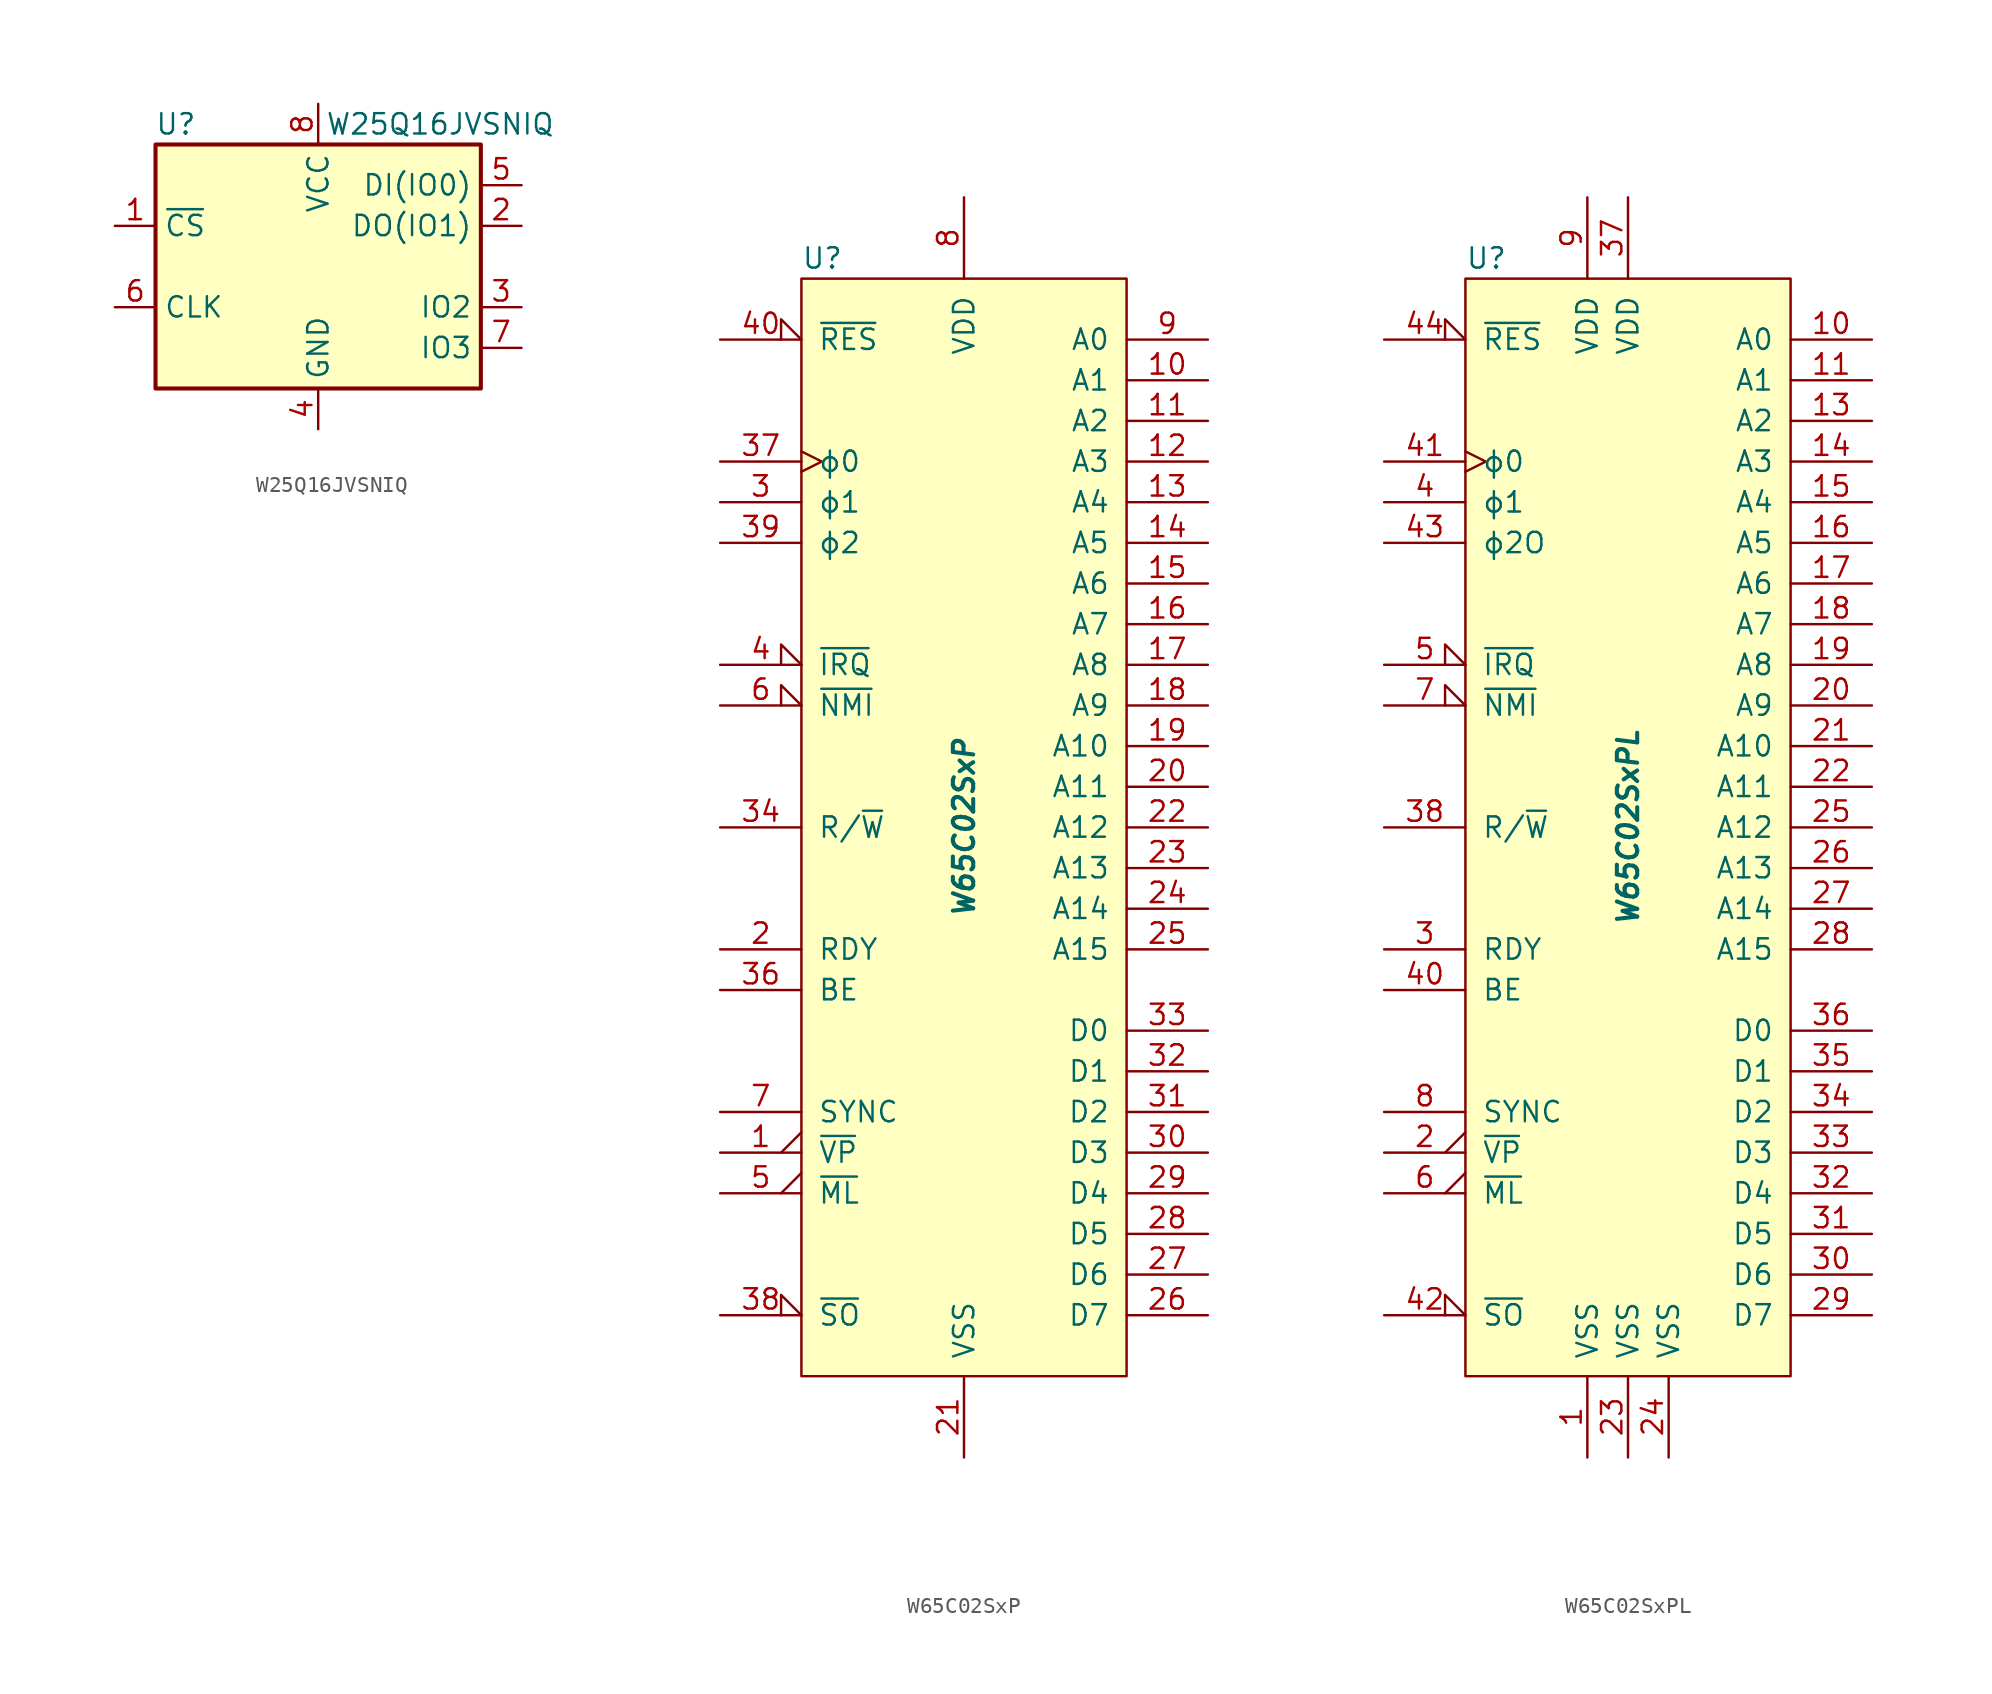
<source format=kicad_sym>
(kicad_symbol_lib
  (version 20241209)
  (generator "kicad_symbol_editor")
  (generator_version "9.0")
  (symbol "W25Q16JVSNIQ"
    (property "Reference" "U"
      (at -8.89 8.89 0)
      (effects (font (size 1.27 1.27))))
    (property "Value" "W25Q16JVSNIQ"
      (at 7.62 8.89 0)
      (effects (font (size 1.27 1.27))))
    (symbol "W25Q16JVSNIQ_0_1"
      (rectangle (start -10.16 7.62) (end 10.16 -7.62) (stroke (width 0.254) (type solid)) (fill (type background))))
    (symbol "W25Q16JVSNIQ_1_1"
      (pin input line (at -12.7 2.54 0) (length 2.54) (name "~{CS}" (effects (font (size 1.27 1.27)))) (number "1" (effects (font (size 1.27 1.27)))))
      (pin input line (at -12.7 -2.54 0) (length 2.54) (name "CLK" (effects (font (size 1.27 1.27)))) (number "6" (effects (font (size 1.27 1.27)))))
      (pin power_in line (at 0 10.16 270) (length 2.54) (name "VCC" (effects (font (size 1.27 1.27)))) (number "8" (effects (font (size 1.27 1.27)))))
      (pin power_in line (at 0 -10.16 90) (length 2.54) (name "GND" (effects (font (size 1.27 1.27)))) (number "4" (effects (font (size 1.27 1.27)))))
      (pin bidirectional line (at 12.7 5.08 180) (length 2.54) (name "DI(IO0)" (effects (font (size 1.27 1.27)))) (number "5" (effects (font (size 1.27 1.27)))))
      (pin bidirectional line (at 12.7 2.54 180) (length 2.54) (name "DO(IO1)" (effects (font (size 1.27 1.27)))) (number "2" (effects (font (size 1.27 1.27)))))
      (pin bidirectional line (at 12.7 -2.54 180) (length 2.54) (name "IO2" (effects (font (size 1.27 1.27)))) (number "3" (effects (font (size 1.27 1.27)))))
      (pin bidirectional line (at 12.7 -5.08 180) (length 2.54) (name "IO3" (effects (font (size 1.27 1.27)))) (number "7" (effects (font (size 1.27 1.27)))))))
  (symbol "W65C02SxP"
    (pin_names
      (offset 1.016))
    (property "Reference" "U"
      (at -10.16 35.56 0)
      (effects (font (size 1.27 1.27)) (justify left)))
    (property "Value" "W65C02SxP"
      (at 0 0 90)
      (effects (font (size 1.27 1.27) (bold yes) (italic yes))))
    (symbol "W65C02SxP_0_1"
      (rectangle (start -10.16 34.29) (end 10.16 -34.29) (stroke (width 0) (type solid)) (fill (type background))))
    (symbol "W65C02SxP_1_1"
      (pin input input_low (at -15.24 30.48 0) (length 5.08) (name "~{RES}" (effects (font (size 1.27 1.27)))) (number "40" (effects (font (size 1.27 1.27)))))
      (pin input clock (at -15.24 22.86 0) (length 5.08) (name "ϕ0" (effects (font (size 1.27 1.27)))) (number "37" (effects (font (size 1.27 1.27)))))
      (pin output line (at -15.24 20.32 0) (length 5.08) (name "ϕ1" (effects (font (size 1.27 1.27)))) (number "3" (effects (font (size 1.27 1.27)))))
      (pin output line (at -15.24 17.78 0) (length 5.08) (name "ϕ2" (effects (font (size 1.27 1.27)))) (number "39" (effects (font (size 1.27 1.27)))))
      (pin input input_low (at -15.24 10.16 0) (length 5.08) (name "~{IRQ}" (effects (font (size 1.27 1.27)))) (number "4" (effects (font (size 1.27 1.27)))))
      (pin input input_low (at -15.24 7.62 0) (length 5.08) (name "~{NMI}" (effects (font (size 1.27 1.27)))) (number "6" (effects (font (size 1.27 1.27)))))
      (pin tri_state line (at -15.24 0 0) (length 5.08) (name "R/~{W}" (effects (font (size 1.27 1.27)))) (number "34" (effects (font (size 1.27 1.27)))))
      (pin open_collector line (at -15.24 -7.62 0) (length 5.08) (name "RDY" (effects (font (size 1.27 1.27)))) (number "2" (effects (font (size 1.27 1.27)))))
      (pin input line (at -15.24 -10.16 0) (length 5.08) (name "BE" (effects (font (size 1.27 1.27)))) (number "36" (effects (font (size 1.27 1.27)))))
      (pin output line (at -15.24 -17.78 0) (length 5.08) (name "SYNC" (effects (font (size 1.27 1.27)))) (number "7" (effects (font (size 1.27 1.27)))))
      (pin output output_low (at -15.24 -20.32 0) (length 5.08) (name "~{VP}" (effects (font (size 1.27 1.27)))) (number "1" (effects (font (size 1.27 1.27)))))
      (pin output output_low (at -15.24 -22.86 0) (length 5.08) (name "~{ML}" (effects (font (size 1.27 1.27)))) (number "5" (effects (font (size 1.27 1.27)))))
      (pin input input_low (at -15.24 -30.48 0) (length 5.08) (name "~{SO}" (effects (font (size 1.27 1.27)))) (number "38" (effects (font (size 1.27 1.27)))))
      (pin no_connect non_logic (at -10.16 -27.94 0) (length 2.54) (hide yes) (name "nc" (effects (font (size 1.27 1.27)))) (number "35" (effects (font (size 1.27 1.27)))))
      (pin power_in line (at 0 39.37 270) (length 5.08) (name "VDD" (effects (font (size 1.27 1.27)))) (number "8" (effects (font (size 1.27 1.27)))))
      (pin power_in line (at 0 -39.37 90) (length 5.08) (name "VSS" (effects (font (size 1.27 1.27)))) (number "21" (effects (font (size 1.27 1.27)))))
      (pin tri_state line (at 15.24 30.48 180) (length 5.08) (name "A0" (effects (font (size 1.27 1.27)))) (number "9" (effects (font (size 1.27 1.27)))))
      (pin tri_state line (at 15.24 27.94 180) (length 5.08) (name "A1" (effects (font (size 1.27 1.27)))) (number "10" (effects (font (size 1.27 1.27)))))
      (pin tri_state line (at 15.24 25.4 180) (length 5.08) (name "A2" (effects (font (size 1.27 1.27)))) (number "11" (effects (font (size 1.27 1.27)))))
      (pin tri_state line (at 15.24 22.86 180) (length 5.08) (name "A3" (effects (font (size 1.27 1.27)))) (number "12" (effects (font (size 1.27 1.27)))))
      (pin tri_state line (at 15.24 20.32 180) (length 5.08) (name "A4" (effects (font (size 1.27 1.27)))) (number "13" (effects (font (size 1.27 1.27)))))
      (pin tri_state line (at 15.24 17.78 180) (length 5.08) (name "A5" (effects (font (size 1.27 1.27)))) (number "14" (effects (font (size 1.27 1.27)))))
      (pin tri_state line (at 15.24 15.24 180) (length 5.08) (name "A6" (effects (font (size 1.27 1.27)))) (number "15" (effects (font (size 1.27 1.27)))))
      (pin tri_state line (at 15.24 12.7 180) (length 5.08) (name "A7" (effects (font (size 1.27 1.27)))) (number "16" (effects (font (size 1.27 1.27)))))
      (pin tri_state line (at 15.24 10.16 180) (length 5.08) (name "A8" (effects (font (size 1.27 1.27)))) (number "17" (effects (font (size 1.27 1.27)))))
      (pin tri_state line (at 15.24 7.62 180) (length 5.08) (name "A9" (effects (font (size 1.27 1.27)))) (number "18" (effects (font (size 1.27 1.27)))))
      (pin tri_state line (at 15.24 5.08 180) (length 5.08) (name "A10" (effects (font (size 1.27 1.27)))) (number "19" (effects (font (size 1.27 1.27)))))
      (pin tri_state line (at 15.24 2.54 180) (length 5.08) (name "A11" (effects (font (size 1.27 1.27)))) (number "20" (effects (font (size 1.27 1.27)))))
      (pin tri_state line (at 15.24 0 180) (length 5.08) (name "A12" (effects (font (size 1.27 1.27)))) (number "22" (effects (font (size 1.27 1.27)))))
      (pin tri_state line (at 15.24 -2.54 180) (length 5.08) (name "A13" (effects (font (size 1.27 1.27)))) (number "23" (effects (font (size 1.27 1.27)))))
      (pin tri_state line (at 15.24 -5.08 180) (length 5.08) (name "A14" (effects (font (size 1.27 1.27)))) (number "24" (effects (font (size 1.27 1.27)))))
      (pin tri_state line (at 15.24 -7.62 180) (length 5.08) (name "A15" (effects (font (size 1.27 1.27)))) (number "25" (effects (font (size 1.27 1.27)))))
      (pin bidirectional line (at 15.24 -12.7 180) (length 5.08) (name "D0" (effects (font (size 1.27 1.27)))) (number "33" (effects (font (size 1.27 1.27)))))
      (pin bidirectional line (at 15.24 -15.24 180) (length 5.08) (name "D1" (effects (font (size 1.27 1.27)))) (number "32" (effects (font (size 1.27 1.27)))))
      (pin bidirectional line (at 15.24 -17.78 180) (length 5.08) (name "D2" (effects (font (size 1.27 1.27)))) (number "31" (effects (font (size 1.27 1.27)))))
      (pin bidirectional line (at 15.24 -20.32 180) (length 5.08) (name "D3" (effects (font (size 1.27 1.27)))) (number "30" (effects (font (size 1.27 1.27)))))
      (pin bidirectional line (at 15.24 -22.86 180) (length 5.08) (name "D4" (effects (font (size 1.27 1.27)))) (number "29" (effects (font (size 1.27 1.27)))))
      (pin bidirectional line (at 15.24 -25.4 180) (length 5.08) (name "D5" (effects (font (size 1.27 1.27)))) (number "28" (effects (font (size 1.27 1.27)))))
      (pin bidirectional line (at 15.24 -27.94 180) (length 5.08) (name "D6" (effects (font (size 1.27 1.27)))) (number "27" (effects (font (size 1.27 1.27)))))
      (pin bidirectional line (at 15.24 -30.48 180) (length 5.08) (name "D7" (effects (font (size 1.27 1.27)))) (number "26" (effects (font (size 1.27 1.27)))))))
  (symbol "W65C02SxPL"
    (pin_names
      (offset 1.016))
    (property "Reference" "U"
      (at -10.16 35.56 0)
      (effects (font (size 1.27 1.27)) (justify left)))
    (property "Value" "W65C02SxPL"
      (at 0 0 90)
      (effects (font (size 1.27 1.27) (bold yes) (italic yes))))
    (symbol "W65C02SxPL_0_1"
      (rectangle (start -10.16 34.29) (end 10.16 -34.29) (stroke (width 0) (type solid)) (fill (type background))))
    (symbol "W65C02SxPL_1_1"
      (pin input input_low (at -15.24 30.48 0) (length 5.08) (name "~{RES}" (effects (font (size 1.27 1.27)))) (number "44" (effects (font (size 1.27 1.27)))))
      (pin input clock (at -15.24 22.86 0) (length 5.08) (name "ϕ0" (effects (font (size 1.27 1.27)))) (number "41" (effects (font (size 1.27 1.27)))))
      (pin output line (at -15.24 20.32 0) (length 5.08) (name "ϕ1" (effects (font (size 1.27 1.27)))) (number "4" (effects (font (size 1.27 1.27)))))
      (pin output line (at -15.24 17.78 0) (length 5.08) (name "ϕ2O" (effects (font (size 1.27 1.27)))) (number "43" (effects (font (size 1.27 1.27)))))
      (pin input input_low (at -15.24 10.16 0) (length 5.08) (name "~{IRQ}" (effects (font (size 1.27 1.27)))) (number "5" (effects (font (size 1.27 1.27)))))
      (pin input input_low (at -15.24 7.62 0) (length 5.08) (name "~{NMI}" (effects (font (size 1.27 1.27)))) (number "7" (effects (font (size 1.27 1.27)))))
      (pin tri_state line (at -15.24 0 0) (length 5.08) (name "R/~{W}" (effects (font (size 1.27 1.27)))) (number "38" (effects (font (size 1.27 1.27)))))
      (pin open_collector line (at -15.24 -7.62 0) (length 5.08) (name "RDY" (effects (font (size 1.27 1.27)))) (number "3" (effects (font (size 1.27 1.27)))))
      (pin input line (at -15.24 -10.16 0) (length 5.08) (name "BE" (effects (font (size 1.27 1.27)))) (number "40" (effects (font (size 1.27 1.27)))))
      (pin output line (at -15.24 -17.78 0) (length 5.08) (name "SYNC" (effects (font (size 1.27 1.27)))) (number "8" (effects (font (size 1.27 1.27)))))
      (pin output output_low (at -15.24 -20.32 0) (length 5.08) (name "~{VP}" (effects (font (size 1.27 1.27)))) (number "2" (effects (font (size 1.27 1.27)))))
      (pin output output_low (at -15.24 -22.86 0) (length 5.08) (name "~{ML}" (effects (font (size 1.27 1.27)))) (number "6" (effects (font (size 1.27 1.27)))))
      (pin input input_low (at -15.24 -30.48 0) (length 5.08) (name "~{SO}" (effects (font (size 1.27 1.27)))) (number "42" (effects (font (size 1.27 1.27)))))
      (pin no_connect non_logic (at -10.16 -25.4 0) (length 2.54) (hide yes) (name "nc" (effects (font (size 1.27 1.27)))) (number "12" (effects (font (size 1.27 1.27)))))
      (pin no_connect non_logic (at -10.16 -27.94 0) (length 2.54) (hide yes) (name "nc" (effects (font (size 1.27 1.27)))) (number "39" (effects (font (size 1.27 1.27)))))
      (pin power_in line (at -2.54 39.37 270) (length 5.08) (name "VDD" (effects (font (size 1.27 1.27)))) (number "9" (effects (font (size 1.27 1.27)))))
      (pin power_in line (at -2.54 -39.37 90) (length 5.08) (name "VSS" (effects (font (size 1.27 1.27)))) (number "1" (effects (font (size 1.27 1.27)))))
      (pin power_in line (at 0 39.37 270) (length 5.08) (name "VDD" (effects (font (size 1.27 1.27)))) (number "37" (effects (font (size 1.27 1.27)))))
      (pin power_in line (at 0 -39.37 90) (length 5.08) (name "VSS" (effects (font (size 1.27 1.27)))) (number "23" (effects (font (size 1.27 1.27)))))
      (pin power_in line (at 2.54 -39.37 90) (length 5.08) (name "VSS" (effects (font (size 1.27 1.27)))) (number "24" (effects (font (size 1.27 1.27)))))
      (pin tri_state line (at 15.24 30.48 180) (length 5.08) (name "A0" (effects (font (size 1.27 1.27)))) (number "10" (effects (font (size 1.27 1.27)))))
      (pin tri_state line (at 15.24 27.94 180) (length 5.08) (name "A1" (effects (font (size 1.27 1.27)))) (number "11" (effects (font (size 1.27 1.27)))))
      (pin tri_state line (at 15.24 25.4 180) (length 5.08) (name "A2" (effects (font (size 1.27 1.27)))) (number "13" (effects (font (size 1.27 1.27)))))
      (pin tri_state line (at 15.24 22.86 180) (length 5.08) (name "A3" (effects (font (size 1.27 1.27)))) (number "14" (effects (font (size 1.27 1.27)))))
      (pin tri_state line (at 15.24 20.32 180) (length 5.08) (name "A4" (effects (font (size 1.27 1.27)))) (number "15" (effects (font (size 1.27 1.27)))))
      (pin tri_state line (at 15.24 17.78 180) (length 5.08) (name "A5" (effects (font (size 1.27 1.27)))) (number "16" (effects (font (size 1.27 1.27)))))
      (pin tri_state line (at 15.24 15.24 180) (length 5.08) (name "A6" (effects (font (size 1.27 1.27)))) (number "17" (effects (font (size 1.27 1.27)))))
      (pin tri_state line (at 15.24 12.7 180) (length 5.08) (name "A7" (effects (font (size 1.27 1.27)))) (number "18" (effects (font (size 1.27 1.27)))))
      (pin tri_state line (at 15.24 10.16 180) (length 5.08) (name "A8" (effects (font (size 1.27 1.27)))) (number "19" (effects (font (size 1.27 1.27)))))
      (pin tri_state line (at 15.24 7.62 180) (length 5.08) (name "A9" (effects (font (size 1.27 1.27)))) (number "20" (effects (font (size 1.27 1.27)))))
      (pin tri_state line (at 15.24 5.08 180) (length 5.08) (name "A10" (effects (font (size 1.27 1.27)))) (number "21" (effects (font (size 1.27 1.27)))))
      (pin tri_state line (at 15.24 2.54 180) (length 5.08) (name "A11" (effects (font (size 1.27 1.27)))) (number "22" (effects (font (size 1.27 1.27)))))
      (pin tri_state line (at 15.24 0 180) (length 5.08) (name "A12" (effects (font (size 1.27 1.27)))) (number "25" (effects (font (size 1.27 1.27)))))
      (pin tri_state line (at 15.24 -2.54 180) (length 5.08) (name "A13" (effects (font (size 1.27 1.27)))) (number "26" (effects (font (size 1.27 1.27)))))
      (pin tri_state line (at 15.24 -5.08 180) (length 5.08) (name "A14" (effects (font (size 1.27 1.27)))) (number "27" (effects (font (size 1.27 1.27)))))
      (pin tri_state line (at 15.24 -7.62 180) (length 5.08) (name "A15" (effects (font (size 1.27 1.27)))) (number "28" (effects (font (size 1.27 1.27)))))
      (pin bidirectional line (at 15.24 -12.7 180) (length 5.08) (name "D0" (effects (font (size 1.27 1.27)))) (number "36" (effects (font (size 1.27 1.27)))))
      (pin bidirectional line (at 15.24 -15.24 180) (length 5.08) (name "D1" (effects (font (size 1.27 1.27)))) (number "35" (effects (font (size 1.27 1.27)))))
      (pin bidirectional line (at 15.24 -17.78 180) (length 5.08) (name "D2" (effects (font (size 1.27 1.27)))) (number "34" (effects (font (size 1.27 1.27)))))
      (pin bidirectional line (at 15.24 -20.32 180) (length 5.08) (name "D3" (effects (font (size 1.27 1.27)))) (number "33" (effects (font (size 1.27 1.27)))))
      (pin bidirectional line (at 15.24 -22.86 180) (length 5.08) (name "D4" (effects (font (size 1.27 1.27)))) (number "32" (effects (font (size 1.27 1.27)))))
      (pin bidirectional line (at 15.24 -25.4 180) (length 5.08) (name "D5" (effects (font (size 1.27 1.27)))) (number "31" (effects (font (size 1.27 1.27)))))
      (pin bidirectional line (at 15.24 -27.94 180) (length 5.08) (name "D6" (effects (font (size 1.27 1.27)))) (number "30" (effects (font (size 1.27 1.27)))))
      (pin bidirectional line (at 15.24 -30.48 180) (length 5.08) (name "D7" (effects (font (size 1.27 1.27)))) (number "29" (effects (font (size 1.27 1.27))))))))
</source>
